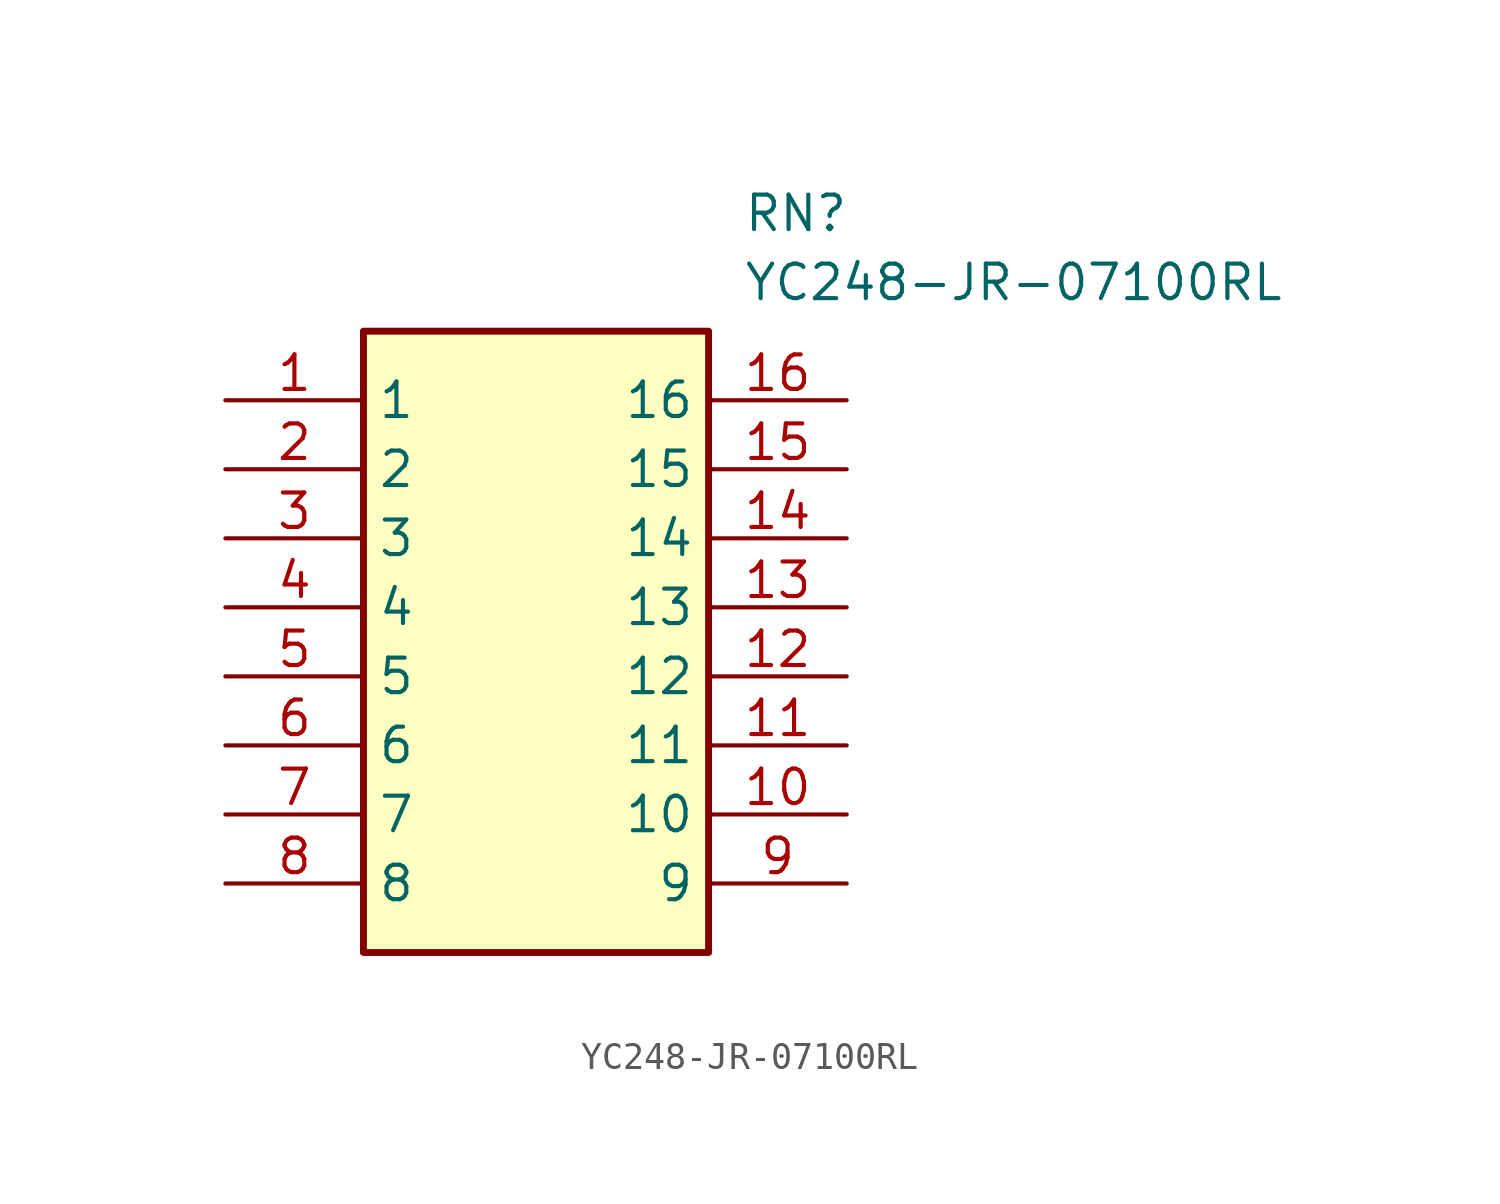
<source format=kicad_sym>
(kicad_symbol_lib
  (version 20211014)
  (generator SamacSys_ECAD_Model)
  (symbol "YC248-JR-07100RL"
    (property "Reference" "RN"
      (at 19.05 7.62 0)
      (effects (font (size 1.27 1.27)) (justify left top)))
    (property "Value" "YC248-JR-07100RL"
      (at 19.05 5.08 0)
      (effects (font (size 1.27 1.27)) (justify left top)))
    (rectangle
      (start 5.08 2.54)
      (end 17.78 -20.32)
      (stroke (width 0.254) (type default))
      (fill (type background)))
    (pin passive line
      (at 0 0 0)
      (length 5.08)
      (name "1" (effects (font (size 1.27 1.27))))
      (number "1" (effects (font (size 1.27 1.27)))))
    (pin passive line
      (at 0 -2.54 0)
      (length 5.08)
      (name "2" (effects (font (size 1.27 1.27))))
      (number "2" (effects (font (size 1.27 1.27)))))
    (pin passive line
      (at 0 -5.08 0)
      (length 5.08)
      (name "3" (effects (font (size 1.27 1.27))))
      (number "3" (effects (font (size 1.27 1.27)))))
    (pin passive line
      (at 0 -7.62 0)
      (length 5.08)
      (name "4" (effects (font (size 1.27 1.27))))
      (number "4" (effects (font (size 1.27 1.27)))))
    (pin passive line
      (at 0 -10.16 0)
      (length 5.08)
      (name "5" (effects (font (size 1.27 1.27))))
      (number "5" (effects (font (size 1.27 1.27)))))
    (pin passive line
      (at 0 -12.7 0)
      (length 5.08)
      (name "6" (effects (font (size 1.27 1.27))))
      (number "6" (effects (font (size 1.27 1.27)))))
    (pin passive line
      (at 0 -15.24 0)
      (length 5.08)
      (name "7" (effects (font (size 1.27 1.27))))
      (number "7" (effects (font (size 1.27 1.27)))))
    (pin passive line
      (at 0 -17.78 0)
      (length 5.08)
      (name "8" (effects (font (size 1.27 1.27))))
      (number "8" (effects (font (size 1.27 1.27)))))
    (pin passive line
      (at 22.86 -17.78 180)
      (length 5.08)
      (name "9" (effects (font (size 1.27 1.27))))
      (number "9" (effects (font (size 1.27 1.27)))))
    (pin passive line
      (at 22.86 -15.24 180)
      (length 5.08)
      (name "10" (effects (font (size 1.27 1.27))))
      (number "10" (effects (font (size 1.27 1.27)))))
    (pin passive line
      (at 22.86 -12.7 180)
      (length 5.08)
      (name "11" (effects (font (size 1.27 1.27))))
      (number "11" (effects (font (size 1.27 1.27)))))
    (pin passive line
      (at 22.86 -10.16 180)
      (length 5.08)
      (name "12" (effects (font (size 1.27 1.27))))
      (number "12" (effects (font (size 1.27 1.27)))))
    (pin passive line
      (at 22.86 -7.62 180)
      (length 5.08)
      (name "13" (effects (font (size 1.27 1.27))))
      (number "13" (effects (font (size 1.27 1.27)))))
    (pin passive line
      (at 22.86 -5.08 180)
      (length 5.08)
      (name "14" (effects (font (size 1.27 1.27))))
      (number "14" (effects (font (size 1.27 1.27)))))
    (pin passive line
      (at 22.86 -2.54 180)
      (length 5.08)
      (name "15" (effects (font (size 1.27 1.27))))
      (number "15" (effects (font (size 1.27 1.27)))))
    (pin passive line
      (at 22.86 0 180)
      (length 5.08)
      (name "16" (effects (font (size 1.27 1.27))))
      (number "16" (effects (font (size 1.27 1.27)))))))
</source>
